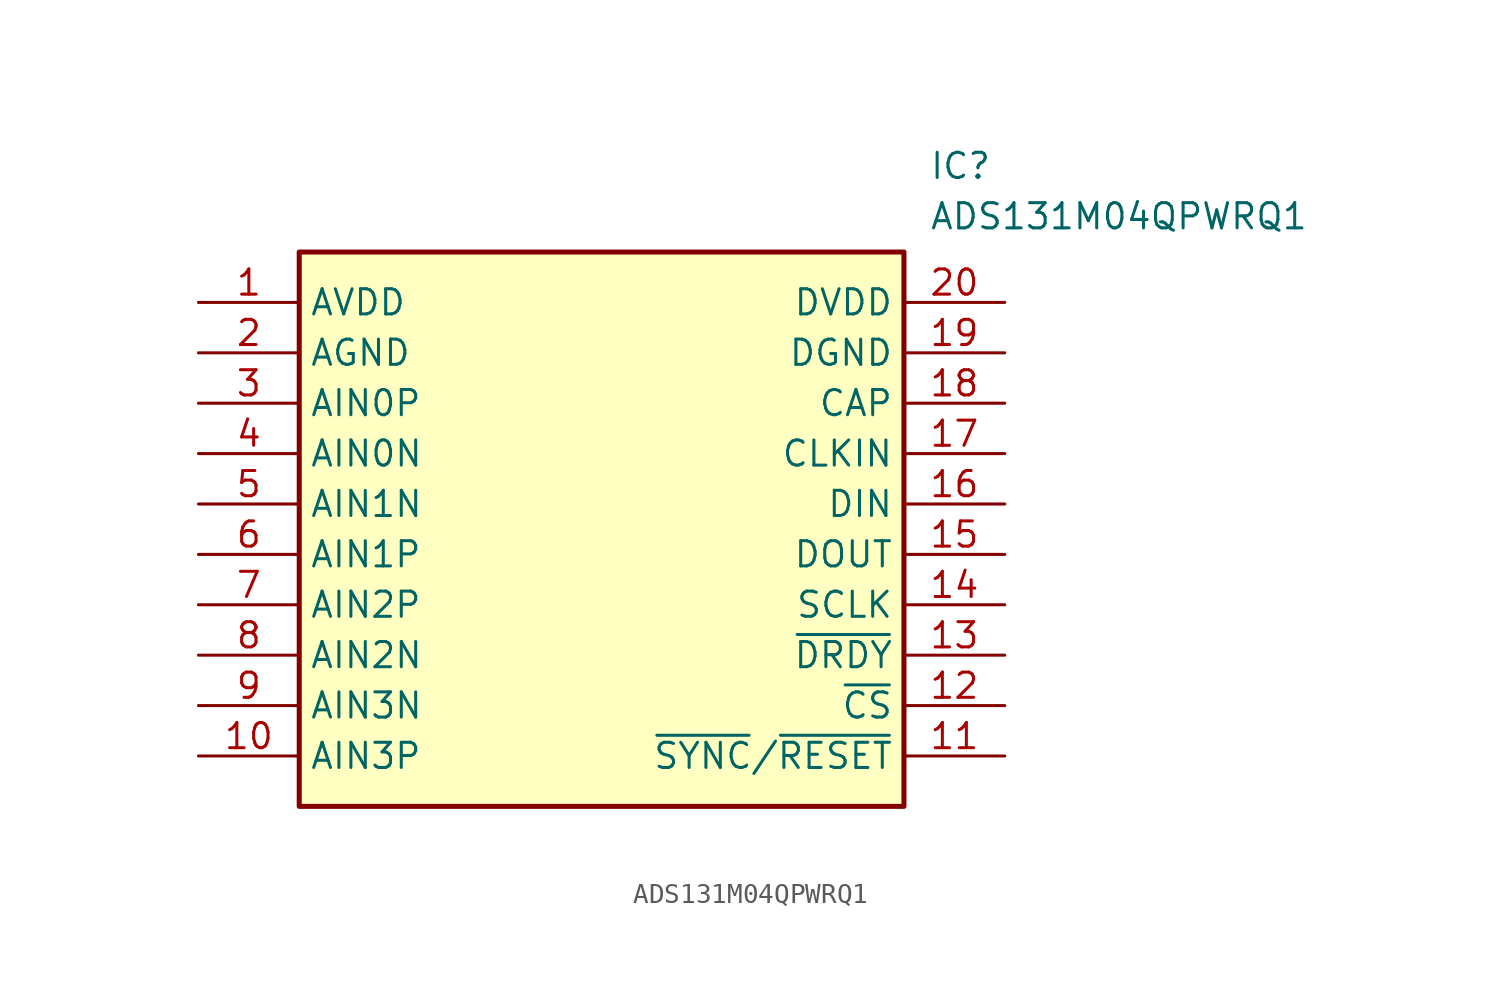
<source format=kicad_sym>
(kicad_symbol_lib
  (version 20211014)
  (generator SamacSys_ECAD_Model)
  (symbol "ADS131M04QPWRQ1"
    (property "Reference" "IC"
      (at 36.83 7.62 0)
      (effects (font (size 1.27 1.27)) (justify left top)))
    (property "Value" "ADS131M04QPWRQ1"
      (at 36.83 5.08 0)
      (effects (font (size 1.27 1.27)) (justify left top)))
    (rectangle
      (start 5.08 2.54)
      (end 35.56 -25.4)
      (stroke (width 0.254) (type default))
      (fill (type background)))
    (pin passive line
      (at 0 0 0)
      (length 5.08)
      (name "AVDD" (effects (font (size 1.27 1.27))))
      (number "1" (effects (font (size 1.27 1.27)))))
    (pin passive line
      (at 0 -2.54 0)
      (length 5.08)
      (name "AGND" (effects (font (size 1.27 1.27))))
      (number "2" (effects (font (size 1.27 1.27)))))
    (pin passive line
      (at 0 -5.08 0)
      (length 5.08)
      (name "AIN0P" (effects (font (size 1.27 1.27))))
      (number "3" (effects (font (size 1.27 1.27)))))
    (pin passive line
      (at 0 -7.62 0)
      (length 5.08)
      (name "AIN0N" (effects (font (size 1.27 1.27))))
      (number "4" (effects (font (size 1.27 1.27)))))
    (pin passive line
      (at 0 -10.16 0)
      (length 5.08)
      (name "AIN1N" (effects (font (size 1.27 1.27))))
      (number "5" (effects (font (size 1.27 1.27)))))
    (pin passive line
      (at 0 -12.7 0)
      (length 5.08)
      (name "AIN1P" (effects (font (size 1.27 1.27))))
      (number "6" (effects (font (size 1.27 1.27)))))
    (pin passive line
      (at 0 -15.24 0)
      (length 5.08)
      (name "AIN2P" (effects (font (size 1.27 1.27))))
      (number "7" (effects (font (size 1.27 1.27)))))
    (pin passive line
      (at 0 -17.78 0)
      (length 5.08)
      (name "AIN2N" (effects (font (size 1.27 1.27))))
      (number "8" (effects (font (size 1.27 1.27)))))
    (pin passive line
      (at 0 -20.32 0)
      (length 5.08)
      (name "AIN3N" (effects (font (size 1.27 1.27))))
      (number "9" (effects (font (size 1.27 1.27)))))
    (pin passive line
      (at 0 -22.86 0)
      (length 5.08)
      (name "AIN3P" (effects (font (size 1.27 1.27))))
      (number "10" (effects (font (size 1.27 1.27)))))
    (pin passive line
      (at 40.64 0 180)
      (length 5.08)
      (name "DVDD" (effects (font (size 1.27 1.27))))
      (number "20" (effects (font (size 1.27 1.27)))))
    (pin passive line
      (at 40.64 -2.54 180)
      (length 5.08)
      (name "DGND" (effects (font (size 1.27 1.27))))
      (number "19" (effects (font (size 1.27 1.27)))))
    (pin passive line
      (at 40.64 -5.08 180)
      (length 5.08)
      (name "CAP" (effects (font (size 1.27 1.27))))
      (number "18" (effects (font (size 1.27 1.27)))))
    (pin passive line
      (at 40.64 -7.62 180)
      (length 5.08)
      (name "CLKIN" (effects (font (size 1.27 1.27))))
      (number "17" (effects (font (size 1.27 1.27)))))
    (pin passive line
      (at 40.64 -10.16 180)
      (length 5.08)
      (name "DIN" (effects (font (size 1.27 1.27))))
      (number "16" (effects (font (size 1.27 1.27)))))
    (pin passive line
      (at 40.64 -12.7 180)
      (length 5.08)
      (name "DOUT" (effects (font (size 1.27 1.27))))
      (number "15" (effects (font (size 1.27 1.27)))))
    (pin passive line
      (at 40.64 -15.24 180)
      (length 5.08)
      (name "SCLK" (effects (font (size 1.27 1.27))))
      (number "14" (effects (font (size 1.27 1.27)))))
    (pin passive line
      (at 40.64 -17.78 180)
      (length 5.08)
      (name "~{DRDY}" (effects (font (size 1.27 1.27))))
      (number "13" (effects (font (size 1.27 1.27)))))
    (pin passive line
      (at 40.64 -20.32 180)
      (length 5.08)
      (name "~{CS}" (effects (font (size 1.27 1.27))))
      (number "12" (effects (font (size 1.27 1.27)))))
    (pin passive line
      (at 40.64 -22.86 180)
      (length 5.08)
      (name "~{SYNC}/~{RESET}" (effects (font (size 1.27 1.27))))
      (number "11" (effects (font (size 1.27 1.27)))))))
</source>
